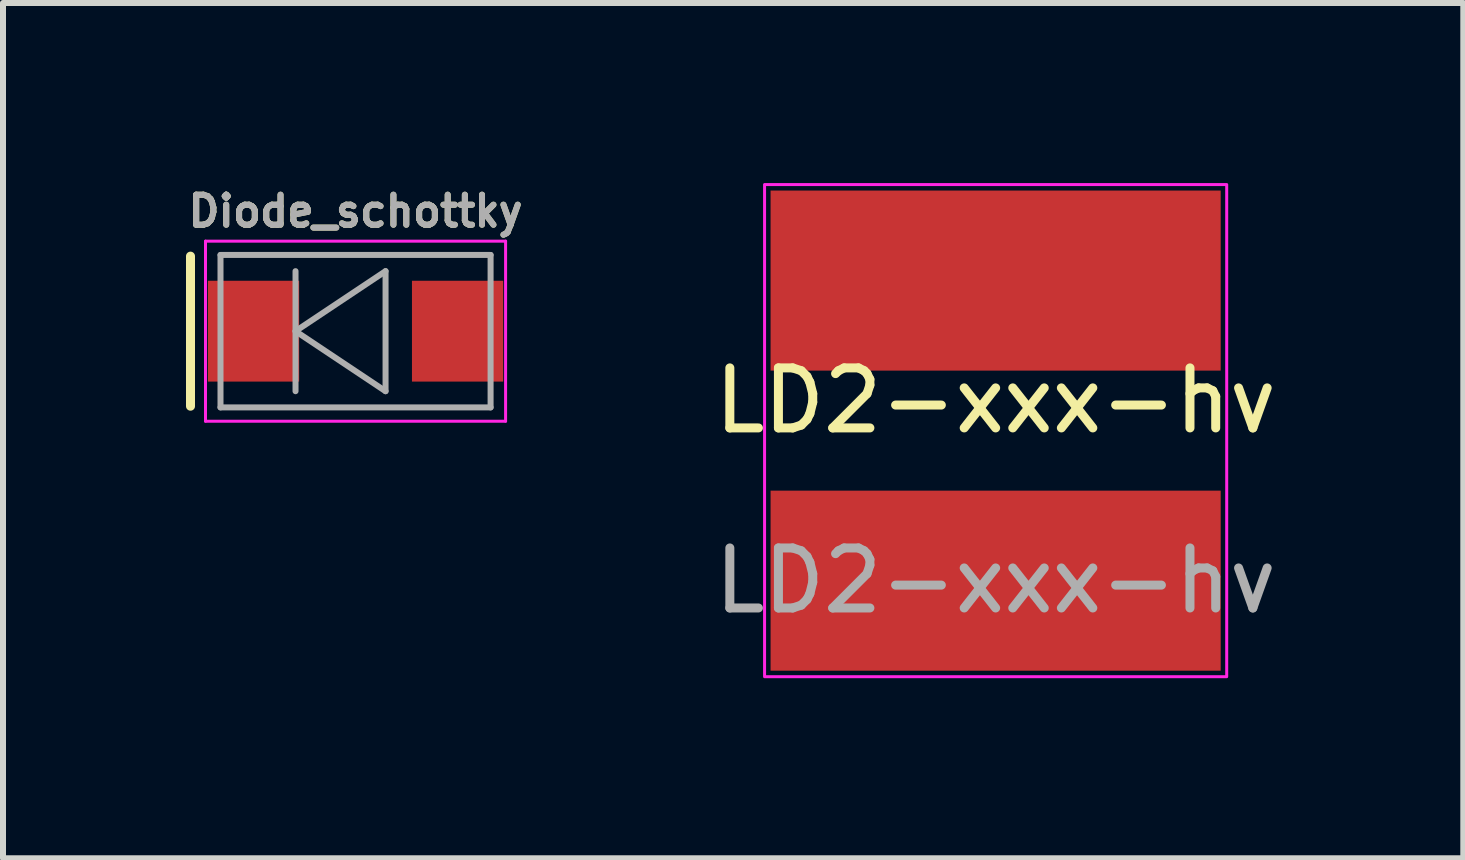
<source format=kicad_pcb>
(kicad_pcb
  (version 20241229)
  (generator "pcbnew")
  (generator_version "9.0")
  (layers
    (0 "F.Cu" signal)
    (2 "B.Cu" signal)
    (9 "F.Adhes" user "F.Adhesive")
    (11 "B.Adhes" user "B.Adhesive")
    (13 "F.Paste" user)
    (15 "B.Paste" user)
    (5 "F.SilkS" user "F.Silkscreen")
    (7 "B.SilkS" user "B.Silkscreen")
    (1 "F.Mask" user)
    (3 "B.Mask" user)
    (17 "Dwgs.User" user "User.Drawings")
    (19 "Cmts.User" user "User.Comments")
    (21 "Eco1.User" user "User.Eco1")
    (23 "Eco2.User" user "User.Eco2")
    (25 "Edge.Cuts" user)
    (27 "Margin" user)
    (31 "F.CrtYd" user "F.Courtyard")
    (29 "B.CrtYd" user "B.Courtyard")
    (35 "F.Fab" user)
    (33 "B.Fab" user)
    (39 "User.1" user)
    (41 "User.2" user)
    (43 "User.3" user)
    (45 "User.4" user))
  (footprint "LD2-xxx-hv"
    (layer "F.Cu")
    (at 13.539 4.125)
    (property "Reference" "LD2-xxx-hv" (at 0 -0.5 0) (unlocked yes) (layer "F.SilkS") (effects (font (size 1 1) (thickness 0.15))))
    (attr smd)
    (fp_rect (start -3.85 -4.1) (end 3.85 4.1) (stroke (width 0.05) (type solid)) (fill no) (layer "F.CrtYd"))
    (fp_text user "${REFERENCE}" (at 0 2.5 0) (unlocked yes) (layer "F.Fab") (effects (font (size 1 1) (thickness 0.15))))
    (pad "1" smd rect (at 0 -2.5) (size 7.5 3) (layers "F.Cu" "F.Mask" "F.Paste"))
    (pad "2" smd rect (at 0 2.5) (size 7.5 3) (layers "F.Cu" "F.Mask" "F.Paste")))
  (footprint "Diode_schottky"
    (layer "F.Cu")
    (at 2.874 2.468)
    (property "Reference" "Diode_schottky" (at 0 -2 0) (layer "F.SilkS") (effects (font (size 0.5 0.5) (thickness 0.1))))
    (attr smd)
    (fp_line (start -2.75 -1.25) (end -2.75 1.25) (stroke (width 0.15) (type solid)) (layer "F.SilkS"))
    (fp_line (start -2.5 -1.5) (end 2.5 -1.5) (stroke (width 0.05) (type solid)) (layer "F.CrtYd"))
    (fp_line (start -2.5 1.5) (end -2.5 -1.5) (stroke (width 0.05) (type solid)) (layer "F.CrtYd"))
    (fp_line (start 2.5 -1.5) (end 2.5 1.5) (stroke (width 0.05) (type solid)) (layer "F.CrtYd"))
    (fp_line (start 2.5 1.5) (end -2.5 1.5) (stroke (width 0.05) (type solid)) (layer "F.CrtYd"))
    (fp_line (start -2.25 -1.27) (end 2.25 -1.27) (stroke (width 0.1) (type solid)) (layer "F.Fab"))
    (fp_line (start -2.25 1.27) (end -2.25 -1.27) (stroke (width 0.1) (type solid)) (layer "F.Fab"))
    (fp_line (start -1 -1) (end -1 1) (stroke (width 0.1) (type solid)) (layer "F.Fab"))
    (fp_line (start 0.5 -1) (end -1 0) (stroke (width 0.1) (type solid)) (layer "F.Fab"))
    (fp_line (start 0.5 -1) (end 0.5 1) (stroke (width 0.1) (type solid)) (layer "F.Fab"))
    (fp_line (start 0.5 1) (end -1 0) (stroke (width 0.1) (type solid)) (layer "F.Fab"))
    (fp_line (start 2.25 -1.27) (end 2.25 1.27) (stroke (width 0.1) (type solid)) (layer "F.Fab"))
    (fp_line (start 2.25 1.27) (end -2.25 1.27) (stroke (width 0.1) (type solid)) (layer "F.Fab"))
    (fp_text user "${REFERENCE}" (at 0 -2 0) (layer "F.Fab") (effects (font (size 0.5 0.5) (thickness 0.1))))
    (pad "1" smd rect (at -1.7 0) (size 1.52 1.68) (layers "F.Cu" "F.Mask" "F.Paste"))
    (pad "2" smd rect (at 1.7 0) (size 1.52 1.68) (layers "F.Cu" "F.Mask" "F.Paste")))
  (gr_rect
    (start -3 -3)
    (end 21.331 11.25)
    (stroke (width 0.1) (type default))
    (fill no)
    (layer "Edge.Cuts")))
</source>
